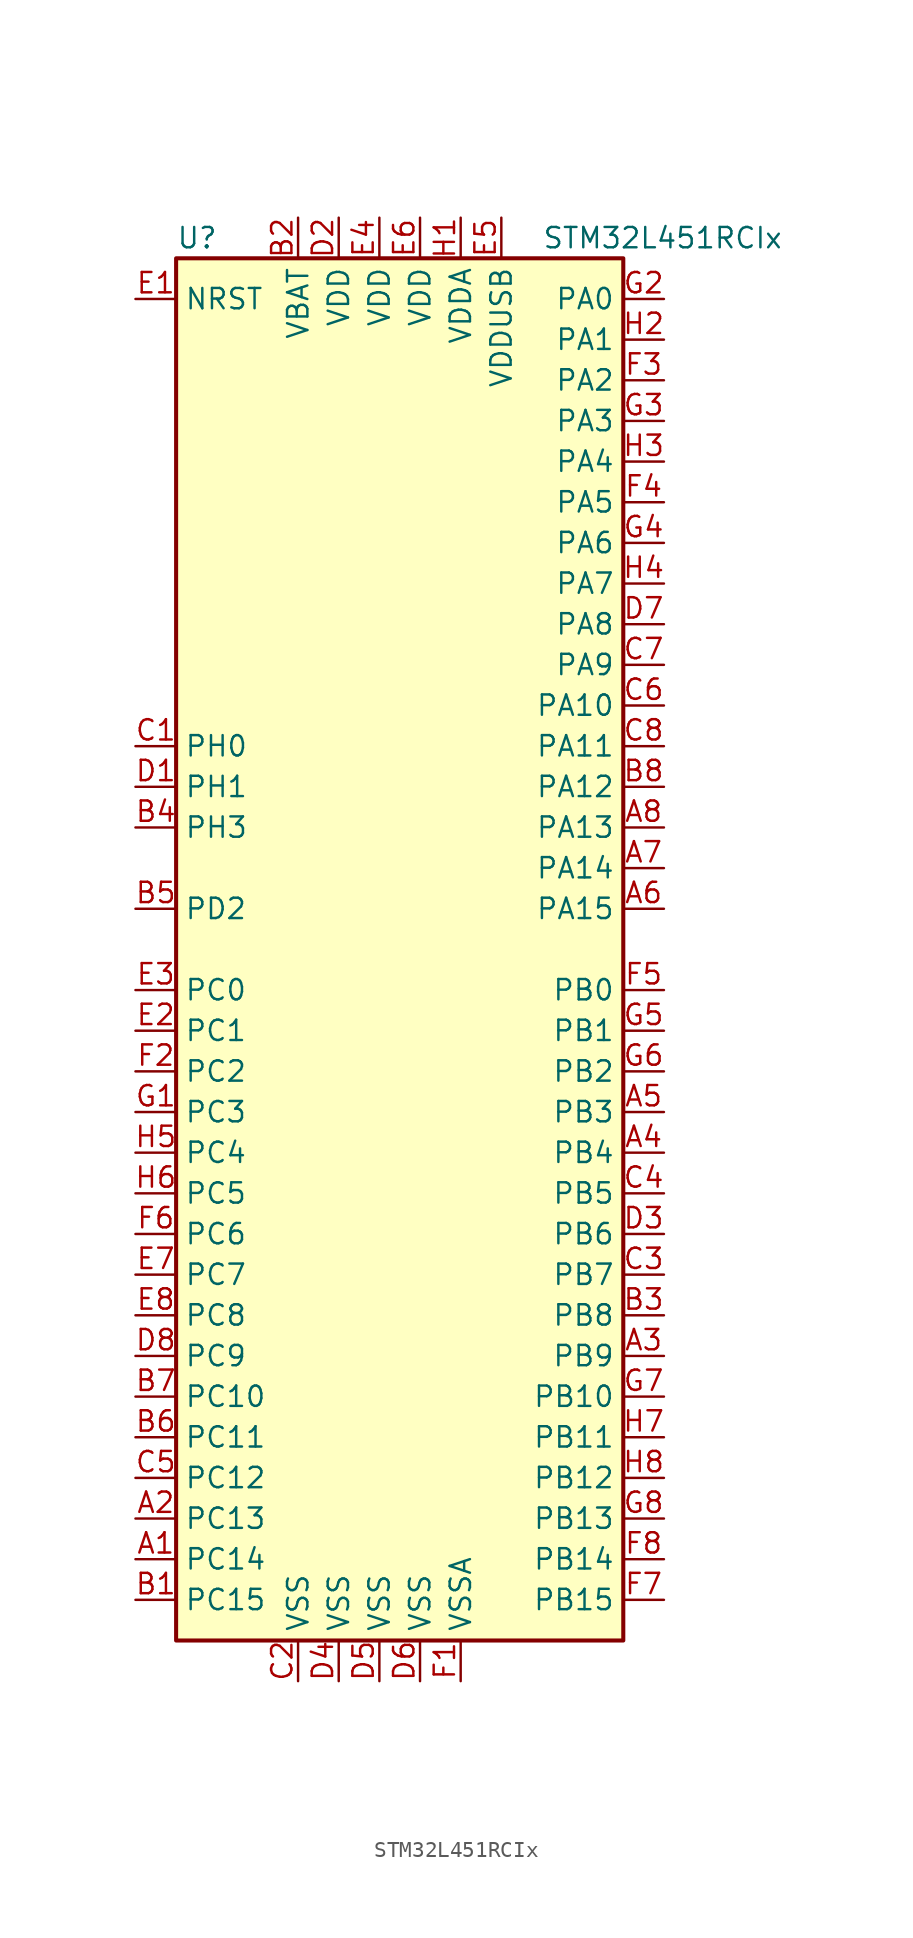
<source format=kicad_sym>
(kicad_symbol_lib
  (version 20211014)
  (generator kicad_symbol_editor)
  (symbol "STM32L451RCIx"
    (property "Reference" "U"
      (at -15.24 44.45 0)
      (effects (font (size 1.27 1.27)) (justify left)))
    (property "Value" "STM32L451RCIx"
      (at 7.62 44.45 0)
      (effects (font (size 1.27 1.27)) (justify left)))
    (symbol "STM32L451RCIx_0_1"
      (rectangle (start -15.24 -43.18) (end 12.7 43.18) (stroke (width 0.254) (type default) (color 0 0 0 0)) (fill (type background))))
    (symbol "STM32L451RCIx_1_1"
      (pin bidirectional line (at -17.78 -38.1 0) (length 2.54) (name "PC14" (effects (font (size 1.27 1.27)))) (number "A1" (effects (font (size 1.27 1.27)))))
      (pin bidirectional line (at -17.78 -35.56 0) (length 2.54) (name "PC13" (effects (font (size 1.27 1.27)))) (number "A2" (effects (font (size 1.27 1.27)))))
      (pin bidirectional line (at 15.24 -25.4 180) (length 2.54) (name "PB9" (effects (font (size 1.27 1.27)))) (number "A3" (effects (font (size 1.27 1.27)))))
      (pin bidirectional line (at 15.24 -12.7 180) (length 2.54) (name "PB4" (effects (font (size 1.27 1.27)))) (number "A4" (effects (font (size 1.27 1.27)))))
      (pin bidirectional line (at 15.24 -10.16 180) (length 2.54) (name "PB3" (effects (font (size 1.27 1.27)))) (number "A5" (effects (font (size 1.27 1.27)))))
      (pin bidirectional line (at 15.24 2.54 180) (length 2.54) (name "PA15" (effects (font (size 1.27 1.27)))) (number "A6" (effects (font (size 1.27 1.27)))))
      (pin bidirectional line (at 15.24 5.08 180) (length 2.54) (name "PA14" (effects (font (size 1.27 1.27)))) (number "A7" (effects (font (size 1.27 1.27)))))
      (pin bidirectional line (at 15.24 7.62 180) (length 2.54) (name "PA13" (effects (font (size 1.27 1.27)))) (number "A8" (effects (font (size 1.27 1.27)))))
      (pin bidirectional line (at -17.78 -40.64 0) (length 2.54) (name "PC15" (effects (font (size 1.27 1.27)))) (number "B1" (effects (font (size 1.27 1.27)))))
      (pin power_in line (at -7.62 45.72 270) (length 2.54) (name "VBAT" (effects (font (size 1.27 1.27)))) (number "B2" (effects (font (size 1.27 1.27)))))
      (pin bidirectional line (at 15.24 -22.86 180) (length 2.54) (name "PB8" (effects (font (size 1.27 1.27)))) (number "B3" (effects (font (size 1.27 1.27)))))
      (pin bidirectional line (at -17.78 7.62 0) (length 2.54) (name "PH3" (effects (font (size 1.27 1.27)))) (number "B4" (effects (font (size 1.27 1.27)))))
      (pin bidirectional line (at -17.78 2.54 0) (length 2.54) (name "PD2" (effects (font (size 1.27 1.27)))) (number "B5" (effects (font (size 1.27 1.27)))))
      (pin bidirectional line (at -17.78 -30.48 0) (length 2.54) (name "PC11" (effects (font (size 1.27 1.27)))) (number "B6" (effects (font (size 1.27 1.27)))))
      (pin bidirectional line (at -17.78 -27.94 0) (length 2.54) (name "PC10" (effects (font (size 1.27 1.27)))) (number "B7" (effects (font (size 1.27 1.27)))))
      (pin bidirectional line (at 15.24 10.16 180) (length 2.54) (name "PA12" (effects (font (size 1.27 1.27)))) (number "B8" (effects (font (size 1.27 1.27)))))
      (pin input line (at -17.78 12.7 0) (length 2.54) (name "PH0" (effects (font (size 1.27 1.27)))) (number "C1" (effects (font (size 1.27 1.27)))))
      (pin power_in line (at -7.62 -45.72 90) (length 2.54) (name "VSS" (effects (font (size 1.27 1.27)))) (number "C2" (effects (font (size 1.27 1.27)))))
      (pin bidirectional line (at 15.24 -20.32 180) (length 2.54) (name "PB7" (effects (font (size 1.27 1.27)))) (number "C3" (effects (font (size 1.27 1.27)))))
      (pin bidirectional line (at 15.24 -15.24 180) (length 2.54) (name "PB5" (effects (font (size 1.27 1.27)))) (number "C4" (effects (font (size 1.27 1.27)))))
      (pin bidirectional line (at -17.78 -33.02 0) (length 2.54) (name "PC12" (effects (font (size 1.27 1.27)))) (number "C5" (effects (font (size 1.27 1.27)))))
      (pin bidirectional line (at 15.24 15.24 180) (length 2.54) (name "PA10" (effects (font (size 1.27 1.27)))) (number "C6" (effects (font (size 1.27 1.27)))))
      (pin bidirectional line (at 15.24 17.78 180) (length 2.54) (name "PA9" (effects (font (size 1.27 1.27)))) (number "C7" (effects (font (size 1.27 1.27)))))
      (pin bidirectional line (at 15.24 12.7 180) (length 2.54) (name "PA11" (effects (font (size 1.27 1.27)))) (number "C8" (effects (font (size 1.27 1.27)))))
      (pin input line (at -17.78 10.16 0) (length 2.54) (name "PH1" (effects (font (size 1.27 1.27)))) (number "D1" (effects (font (size 1.27 1.27)))))
      (pin power_in line (at -5.08 45.72 270) (length 2.54) (name "VDD" (effects (font (size 1.27 1.27)))) (number "D2" (effects (font (size 1.27 1.27)))))
      (pin bidirectional line (at 15.24 -17.78 180) (length 2.54) (name "PB6" (effects (font (size 1.27 1.27)))) (number "D3" (effects (font (size 1.27 1.27)))))
      (pin power_in line (at -5.08 -45.72 90) (length 2.54) (name "VSS" (effects (font (size 1.27 1.27)))) (number "D4" (effects (font (size 1.27 1.27)))))
      (pin power_in line (at -2.54 -45.72 90) (length 2.54) (name "VSS" (effects (font (size 1.27 1.27)))) (number "D5" (effects (font (size 1.27 1.27)))))
      (pin power_in line (at 0 -45.72 90) (length 2.54) (name "VSS" (effects (font (size 1.27 1.27)))) (number "D6" (effects (font (size 1.27 1.27)))))
      (pin bidirectional line (at 15.24 20.32 180) (length 2.54) (name "PA8" (effects (font (size 1.27 1.27)))) (number "D7" (effects (font (size 1.27 1.27)))))
      (pin bidirectional line (at -17.78 -25.4 0) (length 2.54) (name "PC9" (effects (font (size 1.27 1.27)))) (number "D8" (effects (font (size 1.27 1.27)))))
      (pin input line (at -17.78 40.64 0) (length 2.54) (name "NRST" (effects (font (size 1.27 1.27)))) (number "E1" (effects (font (size 1.27 1.27)))))
      (pin bidirectional line (at -17.78 -5.08 0) (length 2.54) (name "PC1" (effects (font (size 1.27 1.27)))) (number "E2" (effects (font (size 1.27 1.27)))))
      (pin bidirectional line (at -17.78 -2.54 0) (length 2.54) (name "PC0" (effects (font (size 1.27 1.27)))) (number "E3" (effects (font (size 1.27 1.27)))))
      (pin power_in line (at -2.54 45.72 270) (length 2.54) (name "VDD" (effects (font (size 1.27 1.27)))) (number "E4" (effects (font (size 1.27 1.27)))))
      (pin power_in line (at 5.08 45.72 270) (length 2.54) (name "VDDUSB" (effects (font (size 1.27 1.27)))) (number "E5" (effects (font (size 1.27 1.27)))))
      (pin power_in line (at 0 45.72 270) (length 2.54) (name "VDD" (effects (font (size 1.27 1.27)))) (number "E6" (effects (font (size 1.27 1.27)))))
      (pin bidirectional line (at -17.78 -20.32 0) (length 2.54) (name "PC7" (effects (font (size 1.27 1.27)))) (number "E7" (effects (font (size 1.27 1.27)))))
      (pin bidirectional line (at -17.78 -22.86 0) (length 2.54) (name "PC8" (effects (font (size 1.27 1.27)))) (number "E8" (effects (font (size 1.27 1.27)))))
      (pin power_in line (at 2.54 -45.72 90) (length 2.54) (name "VSSA" (effects (font (size 1.27 1.27)))) (number "F1" (effects (font (size 1.27 1.27)))))
      (pin bidirectional line (at -17.78 -7.62 0) (length 2.54) (name "PC2" (effects (font (size 1.27 1.27)))) (number "F2" (effects (font (size 1.27 1.27)))))
      (pin bidirectional line (at 15.24 35.56 180) (length 2.54) (name "PA2" (effects (font (size 1.27 1.27)))) (number "F3" (effects (font (size 1.27 1.27)))))
      (pin bidirectional line (at 15.24 27.94 180) (length 2.54) (name "PA5" (effects (font (size 1.27 1.27)))) (number "F4" (effects (font (size 1.27 1.27)))))
      (pin bidirectional line (at 15.24 -2.54 180) (length 2.54) (name "PB0" (effects (font (size 1.27 1.27)))) (number "F5" (effects (font (size 1.27 1.27)))))
      (pin bidirectional line (at -17.78 -17.78 0) (length 2.54) (name "PC6" (effects (font (size 1.27 1.27)))) (number "F6" (effects (font (size 1.27 1.27)))))
      (pin bidirectional line (at 15.24 -40.64 180) (length 2.54) (name "PB15" (effects (font (size 1.27 1.27)))) (number "F7" (effects (font (size 1.27 1.27)))))
      (pin bidirectional line (at 15.24 -38.1 180) (length 2.54) (name "PB14" (effects (font (size 1.27 1.27)))) (number "F8" (effects (font (size 1.27 1.27)))))
      (pin bidirectional line (at -17.78 -10.16 0) (length 2.54) (name "PC3" (effects (font (size 1.27 1.27)))) (number "G1" (effects (font (size 1.27 1.27)))))
      (pin bidirectional line (at 15.24 40.64 180) (length 2.54) (name "PA0" (effects (font (size 1.27 1.27)))) (number "G2" (effects (font (size 1.27 1.27)))))
      (pin bidirectional line (at 15.24 33.02 180) (length 2.54) (name "PA3" (effects (font (size 1.27 1.27)))) (number "G3" (effects (font (size 1.27 1.27)))))
      (pin bidirectional line (at 15.24 25.4 180) (length 2.54) (name "PA6" (effects (font (size 1.27 1.27)))) (number "G4" (effects (font (size 1.27 1.27)))))
      (pin bidirectional line (at 15.24 -5.08 180) (length 2.54) (name "PB1" (effects (font (size 1.27 1.27)))) (number "G5" (effects (font (size 1.27 1.27)))))
      (pin bidirectional line (at 15.24 -7.62 180) (length 2.54) (name "PB2" (effects (font (size 1.27 1.27)))) (number "G6" (effects (font (size 1.27 1.27)))))
      (pin bidirectional line (at 15.24 -27.94 180) (length 2.54) (name "PB10" (effects (font (size 1.27 1.27)))) (number "G7" (effects (font (size 1.27 1.27)))))
      (pin bidirectional line (at 15.24 -35.56 180) (length 2.54) (name "PB13" (effects (font (size 1.27 1.27)))) (number "G8" (effects (font (size 1.27 1.27)))))
      (pin power_in line (at 2.54 45.72 270) (length 2.54) (name "VDDA" (effects (font (size 1.27 1.27)))) (number "H1" (effects (font (size 1.27 1.27)))))
      (pin bidirectional line (at 15.24 38.1 180) (length 2.54) (name "PA1" (effects (font (size 1.27 1.27)))) (number "H2" (effects (font (size 1.27 1.27)))))
      (pin bidirectional line (at 15.24 30.48 180) (length 2.54) (name "PA4" (effects (font (size 1.27 1.27)))) (number "H3" (effects (font (size 1.27 1.27)))))
      (pin bidirectional line (at 15.24 22.86 180) (length 2.54) (name "PA7" (effects (font (size 1.27 1.27)))) (number "H4" (effects (font (size 1.27 1.27)))))
      (pin bidirectional line (at -17.78 -12.7 0) (length 2.54) (name "PC4" (effects (font (size 1.27 1.27)))) (number "H5" (effects (font (size 1.27 1.27)))))
      (pin bidirectional line (at -17.78 -15.24 0) (length 2.54) (name "PC5" (effects (font (size 1.27 1.27)))) (number "H6" (effects (font (size 1.27 1.27)))))
      (pin bidirectional line (at 15.24 -30.48 180) (length 2.54) (name "PB11" (effects (font (size 1.27 1.27)))) (number "H7" (effects (font (size 1.27 1.27)))))
      (pin bidirectional line (at 15.24 -33.02 180) (length 2.54) (name "PB12" (effects (font (size 1.27 1.27)))) (number "H8" (effects (font (size 1.27 1.27))))))))
</source>
